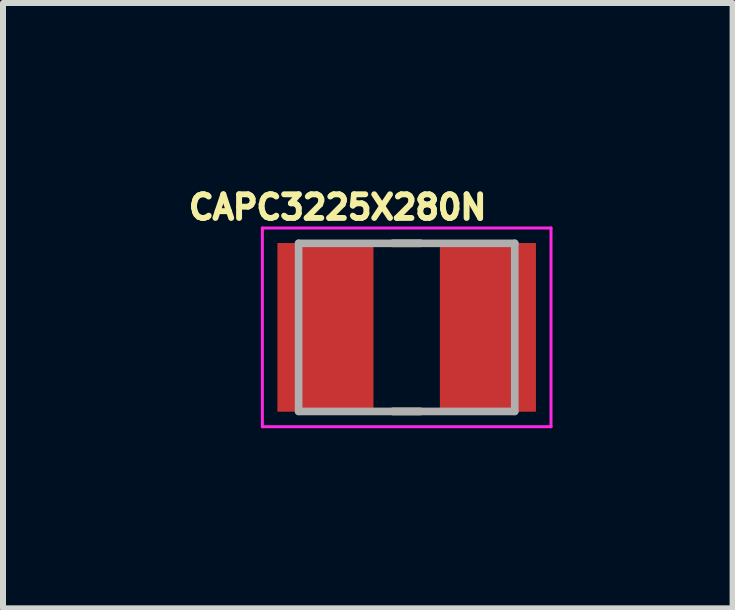
<source format=kicad_pcb>
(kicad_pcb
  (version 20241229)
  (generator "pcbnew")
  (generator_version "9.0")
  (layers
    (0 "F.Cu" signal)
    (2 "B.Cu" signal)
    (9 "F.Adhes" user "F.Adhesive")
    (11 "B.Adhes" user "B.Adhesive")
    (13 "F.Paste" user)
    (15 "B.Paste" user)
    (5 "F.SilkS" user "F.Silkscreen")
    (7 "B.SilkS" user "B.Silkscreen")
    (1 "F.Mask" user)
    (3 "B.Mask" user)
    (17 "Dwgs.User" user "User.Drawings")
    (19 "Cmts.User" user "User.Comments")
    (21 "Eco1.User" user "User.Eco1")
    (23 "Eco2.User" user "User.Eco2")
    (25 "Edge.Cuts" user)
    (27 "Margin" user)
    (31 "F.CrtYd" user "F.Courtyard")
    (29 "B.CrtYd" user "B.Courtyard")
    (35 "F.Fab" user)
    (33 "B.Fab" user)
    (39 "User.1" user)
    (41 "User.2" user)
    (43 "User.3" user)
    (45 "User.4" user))
  (footprint "CAPC3225X280N"
    (layer "F.Cu")
    (at 3.724 2.403)
    (property "Reference" "CAPC3225X280N" (at -1.15 -2 0) (layer "F.SilkS") (effects (font (size 0.394 0.394) (thickness 0.15))))
    (attr smd)
    (fp_line (start -0.23 -1.4) (end 0.23 -1.4) (stroke (width 0.127) (type solid)) (layer "F.SilkS"))
    (fp_line (start -0.23 1.4) (end 0.23 1.4) (stroke (width 0.127) (type solid)) (layer "F.SilkS"))
    (fp_line (start -2.404 -1.655) (end 2.404 -1.655) (stroke (width 0.05) (type solid)) (layer "F.CrtYd"))
    (fp_line (start -2.404 1.655) (end -2.404 -1.655) (stroke (width 0.05) (type solid)) (layer "F.CrtYd"))
    (fp_line (start -2.404 1.655) (end 2.404 1.655) (stroke (width 0.05) (type solid)) (layer "F.CrtYd"))
    (fp_line (start 2.404 1.655) (end 2.404 -1.655) (stroke (width 0.05) (type solid)) (layer "F.CrtYd"))
    (fp_line (start -1.8 1.4) (end -1.8 -1.4) (stroke (width 0.127) (type solid)) (layer "F.Fab"))
    (fp_line (start 1.8 -1.4) (end -1.8 -1.4) (stroke (width 0.127) (type solid)) (layer "F.Fab"))
    (fp_line (start 1.8 1.4) (end -1.8 1.4) (stroke (width 0.127) (type solid)) (layer "F.Fab"))
    (fp_line (start 1.8 1.4) (end 1.8 -1.4) (stroke (width 0.127) (type solid)) (layer "F.Fab"))
    (pad "1" smd rect (at -1.353 0) (size 1.6 2.81) (layers "F.Cu" "F.Mask" "F.Paste"))
    (pad "2" smd rect (at 1.353 0) (size 1.6 2.81) (layers "F.Cu" "F.Mask" "F.Paste")))
  (gr_rect
    (start -3 -3)
    (end 9.153 7.083)
    (stroke (width 0.1) (type default))
    (fill no)
    (layer "Edge.Cuts")))
</source>
